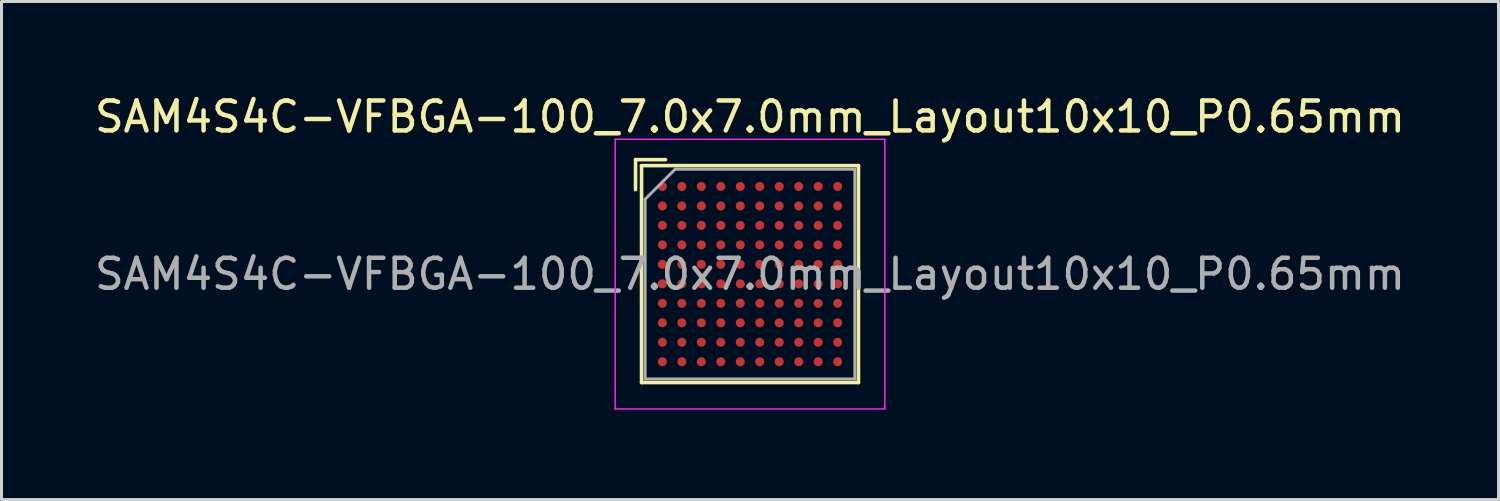
<source format=kicad_pcb>
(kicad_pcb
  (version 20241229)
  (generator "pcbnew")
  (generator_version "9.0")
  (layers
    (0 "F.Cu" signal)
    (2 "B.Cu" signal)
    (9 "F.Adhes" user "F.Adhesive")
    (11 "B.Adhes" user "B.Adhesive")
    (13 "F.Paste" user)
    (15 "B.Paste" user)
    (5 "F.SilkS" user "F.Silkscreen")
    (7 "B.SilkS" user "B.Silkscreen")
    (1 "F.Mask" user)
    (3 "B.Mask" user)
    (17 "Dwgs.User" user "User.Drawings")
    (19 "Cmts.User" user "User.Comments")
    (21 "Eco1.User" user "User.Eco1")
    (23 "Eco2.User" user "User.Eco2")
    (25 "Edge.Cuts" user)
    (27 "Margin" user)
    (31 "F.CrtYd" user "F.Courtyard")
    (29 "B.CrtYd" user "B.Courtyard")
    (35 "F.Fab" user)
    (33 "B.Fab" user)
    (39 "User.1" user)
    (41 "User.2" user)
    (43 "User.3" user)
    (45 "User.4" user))
  (footprint "SAM4S4C-VFBGA-100_7.0x7.0mm_Layout10x10_P0.65mm"
    (layer "F.Cu")
    (at 21.982 6.098)
    (property "Reference" "SAM4S4C-VFBGA-100_7.0x7.0mm_Layout10x10_P0.65mm" (at 0 -5.25 0) (layer "F.SilkS") (effects (font (size 1 1) (thickness 0.15))))
    (attr smd)
    (fp_line (start -3.82 -3.82) (end -2.82 -3.82) (stroke (width 0.12) (type solid)) (layer "F.SilkS"))
    (fp_line (start -3.82 -2.82) (end -3.82 -3.82) (stroke (width 0.12) (type solid)) (layer "F.SilkS"))
    (fp_line (start -3.62 -3.62) (end -3.62 3.62) (stroke (width 0.12) (type solid)) (layer "F.SilkS"))
    (fp_line (start -3.62 3.62) (end 3.62 3.62) (stroke (width 0.12) (type solid)) (layer "F.SilkS"))
    (fp_line (start 3.62 -3.62) (end -3.62 -3.62) (stroke (width 0.12) (type solid)) (layer "F.SilkS"))
    (fp_line (start 3.62 3.62) (end 3.62 -3.62) (stroke (width 0.12) (type solid)) (layer "F.SilkS"))
    (fp_line (start -4.5 -4.5) (end -4.5 4.5) (stroke (width 0.05) (type solid)) (layer "F.CrtYd"))
    (fp_line (start -4.5 -4.5) (end 4.5 -4.5) (stroke (width 0.05) (type solid)) (layer "F.CrtYd"))
    (fp_line (start 4.5 4.5) (end -4.5 4.5) (stroke (width 0.05) (type solid)) (layer "F.CrtYd"))
    (fp_line (start 4.5 4.5) (end 4.5 -4.5) (stroke (width 0.05) (type solid)) (layer "F.CrtYd"))
    (fp_line (start -3.5 -2.5) (end -3.5 3.5) (stroke (width 0.1) (type solid)) (layer "F.Fab"))
    (fp_line (start -3.5 3.5) (end 3.5 3.5) (stroke (width 0.1) (type solid)) (layer "F.Fab"))
    (fp_line (start -2.5 -3.5) (end -3.5 -2.5) (stroke (width 0.1) (type solid)) (layer "F.Fab"))
    (fp_line (start 3.5 -3.5) (end -2.5 -3.5) (stroke (width 0.1) (type solid)) (layer "F.Fab"))
    (fp_line (start 3.5 3.5) (end 3.5 -3.5) (stroke (width 0.1) (type solid)) (layer "F.Fab"))
    (fp_text user "${REFERENCE}" (at 0 0 0) (layer "F.Fab") (effects (font (size 1 1) (thickness 0.15))))
    (pad "A1" smd circle (at -2.925 -2.925) (size 0.3 0.3) (layers "F.Cu" "F.Mask" "F.Paste"))
    (pad "A2" smd circle (at -2.275 -2.925) (size 0.3 0.3) (layers "F.Cu" "F.Mask" "F.Paste"))
    (pad "A3" smd circle (at -1.625 -2.925) (size 0.3 0.3) (layers "F.Cu" "F.Mask" "F.Paste"))
    (pad "A4" smd circle (at -0.975 -2.925) (size 0.3 0.3) (layers "F.Cu" "F.Mask" "F.Paste"))
    (pad "A5" smd circle (at -0.325 -2.925) (size 0.3 0.3) (layers "F.Cu" "F.Mask" "F.Paste"))
    (pad "A6" smd circle (at 0.325 -2.925) (size 0.3 0.3) (layers "F.Cu" "F.Mask" "F.Paste"))
    (pad "A7" smd circle (at 0.975 -2.925) (size 0.3 0.3) (layers "F.Cu" "F.Mask" "F.Paste"))
    (pad "A8" smd circle (at 1.625 -2.925) (size 0.3 0.3) (layers "F.Cu" "F.Mask" "F.Paste"))
    (pad "A9" smd circle (at 2.275 -2.925) (size 0.3 0.3) (layers "F.Cu" "F.Mask" "F.Paste"))
    (pad "A10" smd circle (at 2.925 -2.925) (size 0.3 0.3) (layers "F.Cu" "F.Mask" "F.Paste"))
    (pad "B1" smd circle (at -2.925 -2.275) (size 0.3 0.3) (layers "F.Cu" "F.Mask" "F.Paste"))
    (pad "B2" smd circle (at -2.275 -2.275) (size 0.3 0.3) (layers "F.Cu" "F.Mask" "F.Paste"))
    (pad "B3" smd circle (at -1.625 -2.275) (size 0.3 0.3) (layers "F.Cu" "F.Mask" "F.Paste"))
    (pad "B4" smd circle (at -0.975 -2.275) (size 0.3 0.3) (layers "F.Cu" "F.Mask" "F.Paste"))
    (pad "B5" smd circle (at -0.325 -2.275) (size 0.3 0.3) (layers "F.Cu" "F.Mask" "F.Paste"))
    (pad "B6" smd circle (at 0.325 -2.275) (size 0.3 0.3) (layers "F.Cu" "F.Mask" "F.Paste"))
    (pad "B7" smd circle (at 0.975 -2.275) (size 0.3 0.3) (layers "F.Cu" "F.Mask" "F.Paste"))
    (pad "B8" smd circle (at 1.625 -2.275) (size 0.3 0.3) (layers "F.Cu" "F.Mask" "F.Paste"))
    (pad "B9" smd circle (at 2.275 -2.275) (size 0.3 0.3) (layers "F.Cu" "F.Mask" "F.Paste"))
    (pad "B10" smd circle (at 2.925 -2.275) (size 0.3 0.3) (layers "F.Cu" "F.Mask" "F.Paste"))
    (pad "C1" smd circle (at -2.925 -1.625) (size 0.3 0.3) (layers "F.Cu" "F.Mask" "F.Paste"))
    (pad "C2" smd circle (at -2.275 -1.625) (size 0.3 0.3) (layers "F.Cu" "F.Mask" "F.Paste"))
    (pad "C3" smd circle (at -1.625 -1.625) (size 0.3 0.3) (layers "F.Cu" "F.Mask" "F.Paste"))
    (pad "C4" smd circle (at -0.975 -1.625) (size 0.3 0.3) (layers "F.Cu" "F.Mask" "F.Paste"))
    (pad "C5" smd circle (at -0.325 -1.625) (size 0.3 0.3) (layers "F.Cu" "F.Mask" "F.Paste"))
    (pad "C6" smd circle (at 0.325 -1.625) (size 0.3 0.3) (layers "F.Cu" "F.Mask" "F.Paste"))
    (pad "C7" smd circle (at 0.975 -1.625) (size 0.3 0.3) (layers "F.Cu" "F.Mask" "F.Paste"))
    (pad "C8" smd circle (at 1.625 -1.625) (size 0.3 0.3) (layers "F.Cu" "F.Mask" "F.Paste"))
    (pad "C9" smd circle (at 2.275 -1.625) (size 0.3 0.3) (layers "F.Cu" "F.Mask" "F.Paste"))
    (pad "C10" smd circle (at 2.925 -1.625) (size 0.3 0.3) (layers "F.Cu" "F.Mask" "F.Paste"))
    (pad "D1" smd circle (at -2.925 -0.975) (size 0.3 0.3) (layers "F.Cu" "F.Mask" "F.Paste"))
    (pad "D2" smd circle (at -2.275 -0.975) (size 0.3 0.3) (layers "F.Cu" "F.Mask" "F.Paste"))
    (pad "D3" smd circle (at -1.625 -0.975) (size 0.3 0.3) (layers "F.Cu" "F.Mask" "F.Paste"))
    (pad "D4" smd circle (at -0.975 -0.975) (size 0.3 0.3) (layers "F.Cu" "F.Mask" "F.Paste"))
    (pad "D5" smd circle (at -0.325 -0.975) (size 0.3 0.3) (layers "F.Cu" "F.Mask" "F.Paste"))
    (pad "D6" smd circle (at 0.325 -0.975) (size 0.3 0.3) (layers "F.Cu" "F.Mask" "F.Paste"))
    (pad "D7" smd circle (at 0.975 -0.975) (size 0.3 0.3) (layers "F.Cu" "F.Mask" "F.Paste"))
    (pad "D8" smd circle (at 1.625 -0.975) (size 0.3 0.3) (layers "F.Cu" "F.Mask" "F.Paste"))
    (pad "D9" smd circle (at 2.275 -0.975) (size 0.3 0.3) (layers "F.Cu" "F.Mask" "F.Paste"))
    (pad "D10" smd circle (at 2.925 -0.975) (size 0.3 0.3) (layers "F.Cu" "F.Mask" "F.Paste"))
    (pad "E1" smd circle (at -2.925 -0.325) (size 0.3 0.3) (layers "F.Cu" "F.Mask" "F.Paste"))
    (pad "E2" smd circle (at -2.275 -0.325) (size 0.3 0.3) (layers "F.Cu" "F.Mask" "F.Paste"))
    (pad "E3" smd circle (at -1.625 -0.325) (size 0.3 0.3) (layers "F.Cu" "F.Mask" "F.Paste"))
    (pad "E4" smd circle (at -0.975 -0.325) (size 0.3 0.3) (layers "F.Cu" "F.Mask" "F.Paste"))
    (pad "E5" smd circle (at -0.325 -0.325) (size 0.3 0.3) (layers "F.Cu" "F.Mask" "F.Paste"))
    (pad "E6" smd circle (at 0.325 -0.325) (size 0.3 0.3) (layers "F.Cu" "F.Mask" "F.Paste"))
    (pad "E7" smd circle (at 0.975 -0.325) (size 0.3 0.3) (layers "F.Cu" "F.Mask" "F.Paste"))
    (pad "E8" smd circle (at 1.625 -0.325) (size 0.3 0.3) (layers "F.Cu" "F.Mask" "F.Paste"))
    (pad "E9" smd circle (at 2.275 -0.325) (size 0.3 0.3) (layers "F.Cu" "F.Mask" "F.Paste"))
    (pad "E10" smd circle (at 2.925 -0.325) (size 0.3 0.3) (layers "F.Cu" "F.Mask" "F.Paste"))
    (pad "F1" smd circle (at -2.925 0.325) (size 0.3 0.3) (layers "F.Cu" "F.Mask" "F.Paste"))
    (pad "F2" smd circle (at -2.275 0.325) (size 0.3 0.3) (layers "F.Cu" "F.Mask" "F.Paste"))
    (pad "F3" smd circle (at -1.625 0.325) (size 0.3 0.3) (layers "F.Cu" "F.Mask" "F.Paste"))
    (pad "F4" smd circle (at -0.975 0.325) (size 0.3 0.3) (layers "F.Cu" "F.Mask" "F.Paste"))
    (pad "F5" smd circle (at -0.325 0.325) (size 0.3 0.3) (layers "F.Cu" "F.Mask" "F.Paste"))
    (pad "F6" smd circle (at 0.325 0.325) (size 0.3 0.3) (layers "F.Cu" "F.Mask" "F.Paste"))
    (pad "F7" smd circle (at 0.975 0.325) (size 0.3 0.3) (layers "F.Cu" "F.Mask" "F.Paste"))
    (pad "F8" smd circle (at 1.625 0.325) (size 0.3 0.3) (layers "F.Cu" "F.Mask" "F.Paste"))
    (pad "F9" smd circle (at 2.275 0.325) (size 0.3 0.3) (layers "F.Cu" "F.Mask" "F.Paste"))
    (pad "F10" smd circle (at 2.925 0.325) (size 0.3 0.3) (layers "F.Cu" "F.Mask" "F.Paste"))
    (pad "G1" smd circle (at -2.925 0.975) (size 0.3 0.3) (layers "F.Cu" "F.Mask" "F.Paste"))
    (pad "G2" smd circle (at -2.275 0.975) (size 0.3 0.3) (layers "F.Cu" "F.Mask" "F.Paste"))
    (pad "G3" smd circle (at -1.625 0.975) (size 0.3 0.3) (layers "F.Cu" "F.Mask" "F.Paste"))
    (pad "G4" smd circle (at -0.975 0.975) (size 0.3 0.3) (layers "F.Cu" "F.Mask" "F.Paste"))
    (pad "G5" smd circle (at -0.325 0.975) (size 0.3 0.3) (layers "F.Cu" "F.Mask" "F.Paste"))
    (pad "G6" smd circle (at 0.325 0.975) (size 0.3 0.3) (layers "F.Cu" "F.Mask" "F.Paste"))
    (pad "G7" smd circle (at 0.975 0.975) (size 0.3 0.3) (layers "F.Cu" "F.Mask" "F.Paste"))
    (pad "G8" smd circle (at 1.625 0.975) (size 0.3 0.3) (layers "F.Cu" "F.Mask" "F.Paste"))
    (pad "G9" smd circle (at 2.275 0.975) (size 0.3 0.3) (layers "F.Cu" "F.Mask" "F.Paste"))
    (pad "G10" smd circle (at 2.925 0.975) (size 0.3 0.3) (layers "F.Cu" "F.Mask" "F.Paste"))
    (pad "H1" smd circle (at -2.925 1.625) (size 0.3 0.3) (layers "F.Cu" "F.Mask" "F.Paste"))
    (pad "H2" smd circle (at -2.275 1.625) (size 0.3 0.3) (layers "F.Cu" "F.Mask" "F.Paste"))
    (pad "H3" smd circle (at -1.625 1.625) (size 0.3 0.3) (layers "F.Cu" "F.Mask" "F.Paste"))
    (pad "H4" smd circle (at -0.975 1.625) (size 0.3 0.3) (layers "F.Cu" "F.Mask" "F.Paste"))
    (pad "H5" smd circle (at -0.325 1.625) (size 0.3 0.3) (layers "F.Cu" "F.Mask" "F.Paste"))
    (pad "H6" smd circle (at 0.325 1.625) (size 0.3 0.3) (layers "F.Cu" "F.Mask" "F.Paste"))
    (pad "H7" smd circle (at 0.975 1.625) (size 0.3 0.3) (layers "F.Cu" "F.Mask" "F.Paste"))
    (pad "H8" smd circle (at 1.625 1.625) (size 0.3 0.3) (layers "F.Cu" "F.Mask" "F.Paste"))
    (pad "H9" smd circle (at 2.275 1.625) (size 0.3 0.3) (layers "F.Cu" "F.Mask" "F.Paste"))
    (pad "H10" smd circle (at 2.925 1.625) (size 0.3 0.3) (layers "F.Cu" "F.Mask" "F.Paste"))
    (pad "J1" smd circle (at -2.925 2.275) (size 0.3 0.3) (layers "F.Cu" "F.Mask" "F.Paste"))
    (pad "J2" smd circle (at -2.275 2.275) (size 0.3 0.3) (layers "F.Cu" "F.Mask" "F.Paste"))
    (pad "J3" smd circle (at -1.625 2.275) (size 0.3 0.3) (layers "F.Cu" "F.Mask" "F.Paste"))
    (pad "J4" smd circle (at -0.975 2.275) (size 0.3 0.3) (layers "F.Cu" "F.Mask" "F.Paste"))
    (pad "J5" smd circle (at -0.325 2.275) (size 0.3 0.3) (layers "F.Cu" "F.Mask" "F.Paste"))
    (pad "J6" smd circle (at 0.325 2.275) (size 0.3 0.3) (layers "F.Cu" "F.Mask" "F.Paste"))
    (pad "J7" smd circle (at 0.975 2.275) (size 0.3 0.3) (layers "F.Cu" "F.Mask" "F.Paste"))
    (pad "J8" smd circle (at 1.625 2.275) (size 0.3 0.3) (layers "F.Cu" "F.Mask" "F.Paste"))
    (pad "J9" smd circle (at 2.275 2.275) (size 0.3 0.3) (layers "F.Cu" "F.Mask" "F.Paste"))
    (pad "J10" smd circle (at 2.925 2.275) (size 0.3 0.3) (layers "F.Cu" "F.Mask" "F.Paste"))
    (pad "K1" smd circle (at -2.925 2.925) (size 0.3 0.3) (layers "F.Cu" "F.Mask" "F.Paste"))
    (pad "K2" smd circle (at -2.275 2.925) (size 0.3 0.3) (layers "F.Cu" "F.Mask" "F.Paste"))
    (pad "K3" smd circle (at -1.625 2.925) (size 0.3 0.3) (layers "F.Cu" "F.Mask" "F.Paste"))
    (pad "K4" smd circle (at -0.975 2.925) (size 0.3 0.3) (layers "F.Cu" "F.Mask" "F.Paste"))
    (pad "K5" smd circle (at -0.325 2.925) (size 0.3 0.3) (layers "F.Cu" "F.Mask" "F.Paste"))
    (pad "K6" smd circle (at 0.325 2.925) (size 0.3 0.3) (layers "F.Cu" "F.Mask" "F.Paste"))
    (pad "K7" smd circle (at 0.975 2.925) (size 0.3 0.3) (layers "F.Cu" "F.Mask" "F.Paste"))
    (pad "K8" smd circle (at 1.625 2.925) (size 0.3 0.3) (layers "F.Cu" "F.Mask" "F.Paste"))
    (pad "K9" smd circle (at 2.275 2.925) (size 0.3 0.3) (layers "F.Cu" "F.Mask" "F.Paste"))
    (pad "K10" smd circle (at 2.925 2.925) (size 0.3 0.3) (layers "F.Cu" "F.Mask" "F.Paste")))
  (gr_rect
    (start -3 -3)
    (end 46.964 13.623)
    (stroke (width 0.1) (type default))
    (fill no)
    (layer "Edge.Cuts")))
</source>
